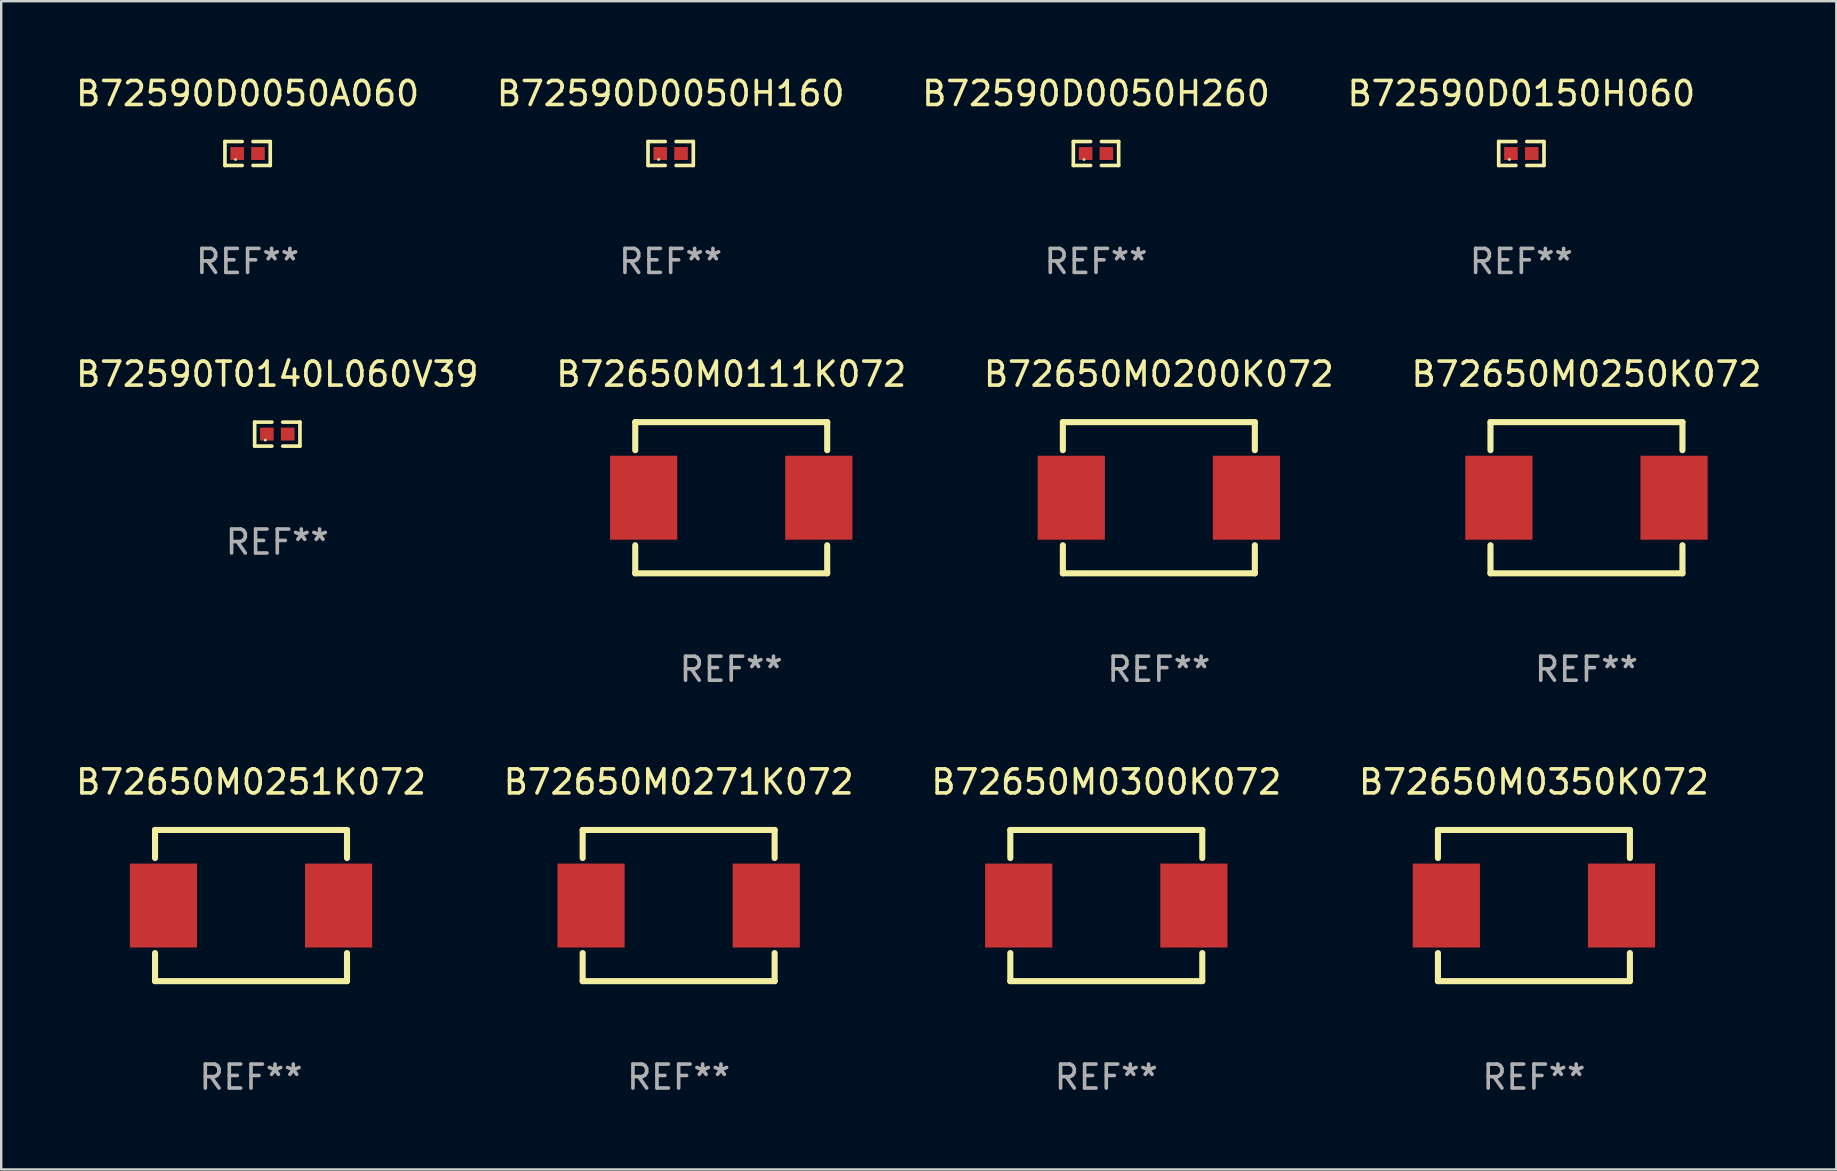
<source format=kicad_pcb>
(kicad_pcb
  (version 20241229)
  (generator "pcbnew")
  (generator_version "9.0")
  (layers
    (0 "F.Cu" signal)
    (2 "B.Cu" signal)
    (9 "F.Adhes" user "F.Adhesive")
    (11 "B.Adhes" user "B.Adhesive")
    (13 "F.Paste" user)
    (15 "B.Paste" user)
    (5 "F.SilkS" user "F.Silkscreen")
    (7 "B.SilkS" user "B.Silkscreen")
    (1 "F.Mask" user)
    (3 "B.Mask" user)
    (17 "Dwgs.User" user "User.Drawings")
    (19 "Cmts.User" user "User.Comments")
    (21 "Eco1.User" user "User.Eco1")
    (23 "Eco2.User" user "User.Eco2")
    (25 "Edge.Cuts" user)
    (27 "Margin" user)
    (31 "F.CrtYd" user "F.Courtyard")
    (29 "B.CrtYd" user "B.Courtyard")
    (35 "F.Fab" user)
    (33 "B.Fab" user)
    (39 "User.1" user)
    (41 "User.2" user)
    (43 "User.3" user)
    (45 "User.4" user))
  (footprint "B72590D0050H160"
    (layer "F.Cu")
    (at 24.899 3.347)
    (property "Reference" "B72590D0050H160" (at 0 -2.499 0) (layer "F.SilkS") (effects (font (size 1 1) (thickness 0.15))))
    (attr through_hole)
    (fp_line (start -0.944 -0.499) (end -0.226 -0.499) (stroke (width 0.152) (type solid)) (layer "F.SilkS"))
    (fp_line (start -0.944 0.499) (end -0.944 -0.499) (stroke (width 0.152) (type solid)) (layer "F.SilkS"))
    (fp_line (start -0.226 0.499) (end -0.944 0.499) (stroke (width 0.152) (type solid)) (layer "F.SilkS"))
    (fp_line (start 0.226 0.499) (end 0.944 0.499) (stroke (width 0.152) (type solid)) (layer "F.SilkS"))
    (fp_line (start 0.944 -0.499) (end 0.226 -0.499) (stroke (width 0.152) (type solid)) (layer "F.SilkS"))
    (fp_line (start 0.944 0.499) (end 0.944 -0.499) (stroke (width 0.152) (type solid)) (layer "F.SilkS"))
    (fp_circle (center -0.5 0.25) (end -0.47 0.25) (stroke (width 0.06) (type solid)) (fill no) (layer "F.SilkS"))
    (fp_text user "REF**" (at 0 4.499 0) (layer "F.Fab") (effects (font (size 1 1) (thickness 0.15))))
    (pad "1" smd rect (at -0.433 0) (size 0.566 0.54) (layers "F.Cu" "F.Mask" "F.Paste"))
    (pad "2" smd rect (at 0.433 0) (size 0.566 0.54) (layers "F.Cu" "F.Mask" "F.Paste")))
  (footprint "B72650M0111K072"
    (layer "F.Cu")
    (at 27.423 17.692)
    (property "Reference" "B72650M0111K072" (at 0 -5.15 0) (layer "F.SilkS") (effects (font (size 1 1) (thickness 0.15))))
    (attr through_hole)
    (fp_line (start -4 -3.15) (end 4 -3.15) (stroke (width 0.254) (type solid)) (layer "F.SilkS"))
    (fp_line (start -4 -1.981) (end -4 -3.15) (stroke (width 0.254) (type solid)) (layer "F.SilkS"))
    (fp_line (start -4 3.15) (end -4 1.981) (stroke (width 0.254) (type solid)) (layer "F.SilkS"))
    (fp_line (start 4 -3.15) (end 4 -1.981) (stroke (width 0.254) (type solid)) (layer "F.SilkS"))
    (fp_line (start 4 1.981) (end 4 3.15) (stroke (width 0.254) (type solid)) (layer "F.SilkS"))
    (fp_line (start 4 3.15) (end -4 3.15) (stroke (width 0.254) (type solid)) (layer "F.SilkS"))
    (fp_circle (center -4 3.15) (end -3.97 3.15) (stroke (width 0.06) (type solid)) (fill no) (layer "F.SilkS"))
    (fp_text user "REF**" (at 0 7.15 0) (layer "F.Fab") (effects (font (size 1 1) (thickness 0.15))))
    (pad "1" smd rect (at -3.65 0 90) (size 3.5 2.8) (layers "F.Cu" "F.Mask" "F.Paste"))
    (pad "2" smd rect (at 3.65 0 90) (size 3.5 2.8) (layers "F.Cu" "F.Mask" "F.Paste")))
  (footprint "B72590D0050A060"
    (layer "F.Cu")
    (at 7.268 3.347)
    (property "Reference" "B72590D0050A060" (at 0 -2.499 0) (layer "F.SilkS") (effects (font (size 1 1) (thickness 0.15))))
    (attr through_hole)
    (fp_line (start -0.944 -0.499) (end -0.226 -0.499) (stroke (width 0.152) (type solid)) (layer "F.SilkS"))
    (fp_line (start -0.944 0.499) (end -0.944 -0.499) (stroke (width 0.152) (type solid)) (layer "F.SilkS"))
    (fp_line (start -0.226 0.499) (end -0.944 0.499) (stroke (width 0.152) (type solid)) (layer "F.SilkS"))
    (fp_line (start 0.226 0.499) (end 0.944 0.499) (stroke (width 0.152) (type solid)) (layer "F.SilkS"))
    (fp_line (start 0.944 -0.499) (end 0.226 -0.499) (stroke (width 0.152) (type solid)) (layer "F.SilkS"))
    (fp_line (start 0.944 0.499) (end 0.944 -0.499) (stroke (width 0.152) (type solid)) (layer "F.SilkS"))
    (fp_circle (center -0.5 0.25) (end -0.47 0.25) (stroke (width 0.06) (type solid)) (fill no) (layer "F.SilkS"))
    (fp_text user "REF**" (at 0 4.499 0) (layer "F.Fab") (effects (font (size 1 1) (thickness 0.15))))
    (pad "1" smd rect (at -0.433 0) (size 0.566 0.54) (layers "F.Cu" "F.Mask" "F.Paste"))
    (pad "2" smd rect (at 0.433 0) (size 0.566 0.54) (layers "F.Cu" "F.Mask" "F.Paste")))
  (footprint "B72650M0271K072"
    (layer "F.Cu")
    (at 25.232 34.688)
    (property "Reference" "B72650M0271K072" (at 0 -5.15 0) (layer "F.SilkS") (effects (font (size 1 1) (thickness 0.15))))
    (attr through_hole)
    (fp_line (start -4 -3.15) (end 4 -3.15) (stroke (width 0.254) (type solid)) (layer "F.SilkS"))
    (fp_line (start -4 -1.981) (end -4 -3.15) (stroke (width 0.254) (type solid)) (layer "F.SilkS"))
    (fp_line (start -4 3.15) (end -4 1.981) (stroke (width 0.254) (type solid)) (layer "F.SilkS"))
    (fp_line (start 4 -3.15) (end 4 -1.981) (stroke (width 0.254) (type solid)) (layer "F.SilkS"))
    (fp_line (start 4 1.981) (end 4 3.15) (stroke (width 0.254) (type solid)) (layer "F.SilkS"))
    (fp_line (start 4 3.15) (end -4 3.15) (stroke (width 0.254) (type solid)) (layer "F.SilkS"))
    (fp_circle (center -4 3.15) (end -3.97 3.15) (stroke (width 0.06) (type solid)) (fill no) (layer "F.SilkS"))
    (fp_text user "REF**" (at 0 7.15 0) (layer "F.Fab") (effects (font (size 1 1) (thickness 0.15))))
    (pad "1" smd rect (at -3.65 0 90) (size 3.5 2.8) (layers "F.Cu" "F.Mask" "F.Paste"))
    (pad "2" smd rect (at 3.65 0 90) (size 3.5 2.8) (layers "F.Cu" "F.Mask" "F.Paste")))
  (footprint "B72650M0300K072"
    (layer "F.Cu")
    (at 43.054 34.688)
    (property "Reference" "B72650M0300K072" (at 0 -5.15 0) (layer "F.SilkS") (effects (font (size 1 1) (thickness 0.15))))
    (attr through_hole)
    (fp_line (start -4 -3.15) (end 4 -3.15) (stroke (width 0.254) (type solid)) (layer "F.SilkS"))
    (fp_line (start -4 -1.981) (end -4 -3.15) (stroke (width 0.254) (type solid)) (layer "F.SilkS"))
    (fp_line (start -4 3.15) (end -4 1.981) (stroke (width 0.254) (type solid)) (layer "F.SilkS"))
    (fp_line (start 4 -3.15) (end 4 -1.981) (stroke (width 0.254) (type solid)) (layer "F.SilkS"))
    (fp_line (start 4 1.981) (end 4 3.15) (stroke (width 0.254) (type solid)) (layer "F.SilkS"))
    (fp_line (start 4 3.15) (end -4 3.15) (stroke (width 0.254) (type solid)) (layer "F.SilkS"))
    (fp_circle (center -4 3.15) (end -3.97 3.15) (stroke (width 0.06) (type solid)) (fill no) (layer "F.SilkS"))
    (fp_text user "REF**" (at 0 7.15 0) (layer "F.Fab") (effects (font (size 1 1) (thickness 0.15))))
    (pad "1" smd rect (at -3.65 0 90) (size 3.5 2.8) (layers "F.Cu" "F.Mask" "F.Paste"))
    (pad "2" smd rect (at 3.65 0 90) (size 3.5 2.8) (layers "F.Cu" "F.Mask" "F.Paste")))
  (footprint "B72650M0200K072"
    (layer "F.Cu")
    (at 45.244 17.692)
    (property "Reference" "B72650M0200K072" (at 0 -5.15 0) (layer "F.SilkS") (effects (font (size 1 1) (thickness 0.15))))
    (attr through_hole)
    (fp_line (start -4 -3.15) (end 4 -3.15) (stroke (width 0.254) (type solid)) (layer "F.SilkS"))
    (fp_line (start -4 -1.981) (end -4 -3.15) (stroke (width 0.254) (type solid)) (layer "F.SilkS"))
    (fp_line (start -4 3.15) (end -4 1.981) (stroke (width 0.254) (type solid)) (layer "F.SilkS"))
    (fp_line (start 4 -3.15) (end 4 -1.981) (stroke (width 0.254) (type solid)) (layer "F.SilkS"))
    (fp_line (start 4 1.981) (end 4 3.15) (stroke (width 0.254) (type solid)) (layer "F.SilkS"))
    (fp_line (start 4 3.15) (end -4 3.15) (stroke (width 0.254) (type solid)) (layer "F.SilkS"))
    (fp_circle (center -4 3.15) (end -3.97 3.15) (stroke (width 0.06) (type solid)) (fill no) (layer "F.SilkS"))
    (fp_text user "REF**" (at 0 7.15 0) (layer "F.Fab") (effects (font (size 1 1) (thickness 0.15))))
    (pad "1" smd rect (at -3.65 0 90) (size 3.5 2.8) (layers "F.Cu" "F.Mask" "F.Paste"))
    (pad "2" smd rect (at 3.65 0 90) (size 3.5 2.8) (layers "F.Cu" "F.Mask" "F.Paste")))
  (footprint "B72650M0350K072"
    (layer "F.Cu")
    (at 60.875 34.688)
    (property "Reference" "B72650M0350K072" (at 0 -5.15 0) (layer "F.SilkS") (effects (font (size 1 1) (thickness 0.15))))
    (attr through_hole)
    (fp_line (start -4 -3.15) (end 4 -3.15) (stroke (width 0.254) (type solid)) (layer "F.SilkS"))
    (fp_line (start -4 -1.981) (end -4 -3.15) (stroke (width 0.254) (type solid)) (layer "F.SilkS"))
    (fp_line (start -4 3.15) (end -4 1.981) (stroke (width 0.254) (type solid)) (layer "F.SilkS"))
    (fp_line (start 4 -3.15) (end 4 -1.981) (stroke (width 0.254) (type solid)) (layer "F.SilkS"))
    (fp_line (start 4 1.981) (end 4 3.15) (stroke (width 0.254) (type solid)) (layer "F.SilkS"))
    (fp_line (start 4 3.15) (end -4 3.15) (stroke (width 0.254) (type solid)) (layer "F.SilkS"))
    (fp_circle (center -4 3.15) (end -3.97 3.15) (stroke (width 0.06) (type solid)) (fill no) (layer "F.SilkS"))
    (fp_text user "REF**" (at 0 7.15 0) (layer "F.Fab") (effects (font (size 1 1) (thickness 0.15))))
    (pad "1" smd rect (at -3.65 0 90) (size 3.5 2.8) (layers "F.Cu" "F.Mask" "F.Paste"))
    (pad "2" smd rect (at 3.65 0 90) (size 3.5 2.8) (layers "F.Cu" "F.Mask" "F.Paste")))
  (footprint "B72590D0050H260"
    (layer "F.Cu")
    (at 42.625 3.347)
    (property "Reference" "B72590D0050H260" (at 0 -2.499 0) (layer "F.SilkS") (effects (font (size 1 1) (thickness 0.15))))
    (attr through_hole)
    (fp_line (start -0.944 -0.499) (end -0.226 -0.499) (stroke (width 0.152) (type solid)) (layer "F.SilkS"))
    (fp_line (start -0.944 0.499) (end -0.944 -0.499) (stroke (width 0.152) (type solid)) (layer "F.SilkS"))
    (fp_line (start -0.226 0.499) (end -0.944 0.499) (stroke (width 0.152) (type solid)) (layer "F.SilkS"))
    (fp_line (start 0.226 0.499) (end 0.944 0.499) (stroke (width 0.152) (type solid)) (layer "F.SilkS"))
    (fp_line (start 0.944 -0.499) (end 0.226 -0.499) (stroke (width 0.152) (type solid)) (layer "F.SilkS"))
    (fp_line (start 0.944 0.499) (end 0.944 -0.499) (stroke (width 0.152) (type solid)) (layer "F.SilkS"))
    (fp_circle (center -0.5 0.25) (end -0.47 0.25) (stroke (width 0.06) (type solid)) (fill no) (layer "F.SilkS"))
    (fp_text user "REF**" (at 0 4.499 0) (layer "F.Fab") (effects (font (size 1 1) (thickness 0.15))))
    (pad "1" smd rect (at -0.433 0) (size 0.566 0.54) (layers "F.Cu" "F.Mask" "F.Paste"))
    (pad "2" smd rect (at 0.433 0) (size 0.566 0.54) (layers "F.Cu" "F.Mask" "F.Paste")))
  (footprint "B72650M0251K072"
    (layer "F.Cu")
    (at 7.411 34.688)
    (property "Reference" "B72650M0251K072" (at 0 -5.15 0) (layer "F.SilkS") (effects (font (size 1 1) (thickness 0.15))))
    (attr through_hole)
    (fp_line (start -4 -3.15) (end 4 -3.15) (stroke (width 0.254) (type solid)) (layer "F.SilkS"))
    (fp_line (start -4 -1.981) (end -4 -3.15) (stroke (width 0.254) (type solid)) (layer "F.SilkS"))
    (fp_line (start -4 3.15) (end -4 1.981) (stroke (width 0.254) (type solid)) (layer "F.SilkS"))
    (fp_line (start 4 -3.15) (end 4 -1.981) (stroke (width 0.254) (type solid)) (layer "F.SilkS"))
    (fp_line (start 4 1.981) (end 4 3.15) (stroke (width 0.254) (type solid)) (layer "F.SilkS"))
    (fp_line (start 4 3.15) (end -4 3.15) (stroke (width 0.254) (type solid)) (layer "F.SilkS"))
    (fp_circle (center -4 3.15) (end -3.97 3.15) (stroke (width 0.06) (type solid)) (fill no) (layer "F.SilkS"))
    (fp_text user "REF**" (at 0 7.15 0) (layer "F.Fab") (effects (font (size 1 1) (thickness 0.15))))
    (pad "1" smd rect (at -3.65 0 90) (size 3.5 2.8) (layers "F.Cu" "F.Mask" "F.Paste"))
    (pad "2" smd rect (at 3.65 0 90) (size 3.5 2.8) (layers "F.Cu" "F.Mask" "F.Paste")))
  (footprint "B72590D0150H060"
    (layer "F.Cu")
    (at 60.351 3.347)
    (property "Reference" "B72590D0150H060" (at 0 -2.499 0) (layer "F.SilkS") (effects (font (size 1 1) (thickness 0.15))))
    (attr through_hole)
    (fp_line (start -0.944 -0.499) (end -0.226 -0.499) (stroke (width 0.152) (type solid)) (layer "F.SilkS"))
    (fp_line (start -0.944 0.499) (end -0.944 -0.499) (stroke (width 0.152) (type solid)) (layer "F.SilkS"))
    (fp_line (start -0.226 0.499) (end -0.944 0.499) (stroke (width 0.152) (type solid)) (layer "F.SilkS"))
    (fp_line (start 0.226 0.499) (end 0.944 0.499) (stroke (width 0.152) (type solid)) (layer "F.SilkS"))
    (fp_line (start 0.944 -0.499) (end 0.226 -0.499) (stroke (width 0.152) (type solid)) (layer "F.SilkS"))
    (fp_line (start 0.944 0.499) (end 0.944 -0.499) (stroke (width 0.152) (type solid)) (layer "F.SilkS"))
    (fp_circle (center -0.5 0.25) (end -0.47 0.25) (stroke (width 0.06) (type solid)) (fill no) (layer "F.SilkS"))
    (fp_text user "REF**" (at 0 4.499 0) (layer "F.Fab") (effects (font (size 1 1) (thickness 0.15))))
    (pad "1" smd rect (at -0.433 0) (size 0.566 0.54) (layers "F.Cu" "F.Mask" "F.Paste"))
    (pad "2" smd rect (at 0.433 0) (size 0.566 0.54) (layers "F.Cu" "F.Mask" "F.Paste")))
  (footprint "B72650M0250K072"
    (layer "F.Cu")
    (at 63.065 17.692)
    (property "Reference" "B72650M0250K072" (at 0 -5.15 0) (layer "F.SilkS") (effects (font (size 1 1) (thickness 0.15))))
    (attr through_hole)
    (fp_line (start -4 -3.15) (end 4 -3.15) (stroke (width 0.254) (type solid)) (layer "F.SilkS"))
    (fp_line (start -4 -1.981) (end -4 -3.15) (stroke (width 0.254) (type solid)) (layer "F.SilkS"))
    (fp_line (start -4 3.15) (end -4 1.981) (stroke (width 0.254) (type solid)) (layer "F.SilkS"))
    (fp_line (start 4 -3.15) (end 4 -1.981) (stroke (width 0.254) (type solid)) (layer "F.SilkS"))
    (fp_line (start 4 1.981) (end 4 3.15) (stroke (width 0.254) (type solid)) (layer "F.SilkS"))
    (fp_line (start 4 3.15) (end -4 3.15) (stroke (width 0.254) (type solid)) (layer "F.SilkS"))
    (fp_circle (center -4 3.15) (end -3.97 3.15) (stroke (width 0.06) (type solid)) (fill no) (layer "F.SilkS"))
    (fp_text user "REF**" (at 0 7.15 0) (layer "F.Fab") (effects (font (size 1 1) (thickness 0.15))))
    (pad "1" smd rect (at -3.65 0 90) (size 3.5 2.8) (layers "F.Cu" "F.Mask" "F.Paste"))
    (pad "2" smd rect (at 3.65 0 90) (size 3.5 2.8) (layers "F.Cu" "F.Mask" "F.Paste")))
  (footprint "B72590T0140L060V39"
    (layer "F.Cu")
    (at 8.506 15.041)
    (property "Reference" "B72590T0140L060V39" (at 0 -2.499 0) (layer "F.SilkS") (effects (font (size 1 1) (thickness 0.15))))
    (attr through_hole)
    (fp_line (start -0.944 -0.499) (end -0.226 -0.499) (stroke (width 0.152) (type solid)) (layer "F.SilkS"))
    (fp_line (start -0.944 0.499) (end -0.944 -0.499) (stroke (width 0.152) (type solid)) (layer "F.SilkS"))
    (fp_line (start -0.226 0.499) (end -0.944 0.499) (stroke (width 0.152) (type solid)) (layer "F.SilkS"))
    (fp_line (start 0.226 0.499) (end 0.944 0.499) (stroke (width 0.152) (type solid)) (layer "F.SilkS"))
    (fp_line (start 0.944 -0.499) (end 0.226 -0.499) (stroke (width 0.152) (type solid)) (layer "F.SilkS"))
    (fp_line (start 0.944 0.499) (end 0.944 -0.499) (stroke (width 0.152) (type solid)) (layer "F.SilkS"))
    (fp_circle (center -0.5 0.25) (end -0.47 0.25) (stroke (width 0.06) (type solid)) (fill no) (layer "F.SilkS"))
    (fp_text user "REF**" (at 0 4.499 0) (layer "F.Fab") (effects (font (size 1 1) (thickness 0.15))))
    (pad "1" smd rect (at -0.433 0) (size 0.566 0.54) (layers "F.Cu" "F.Mask" "F.Paste"))
    (pad "2" smd rect (at 0.433 0) (size 0.566 0.54) (layers "F.Cu" "F.Mask" "F.Paste")))
  (gr_rect
    (start -3 -3)
    (end 73.476 45.687)
    (stroke (width 0.1) (type default))
    (fill no)
    (layer "Edge.Cuts")))
</source>
